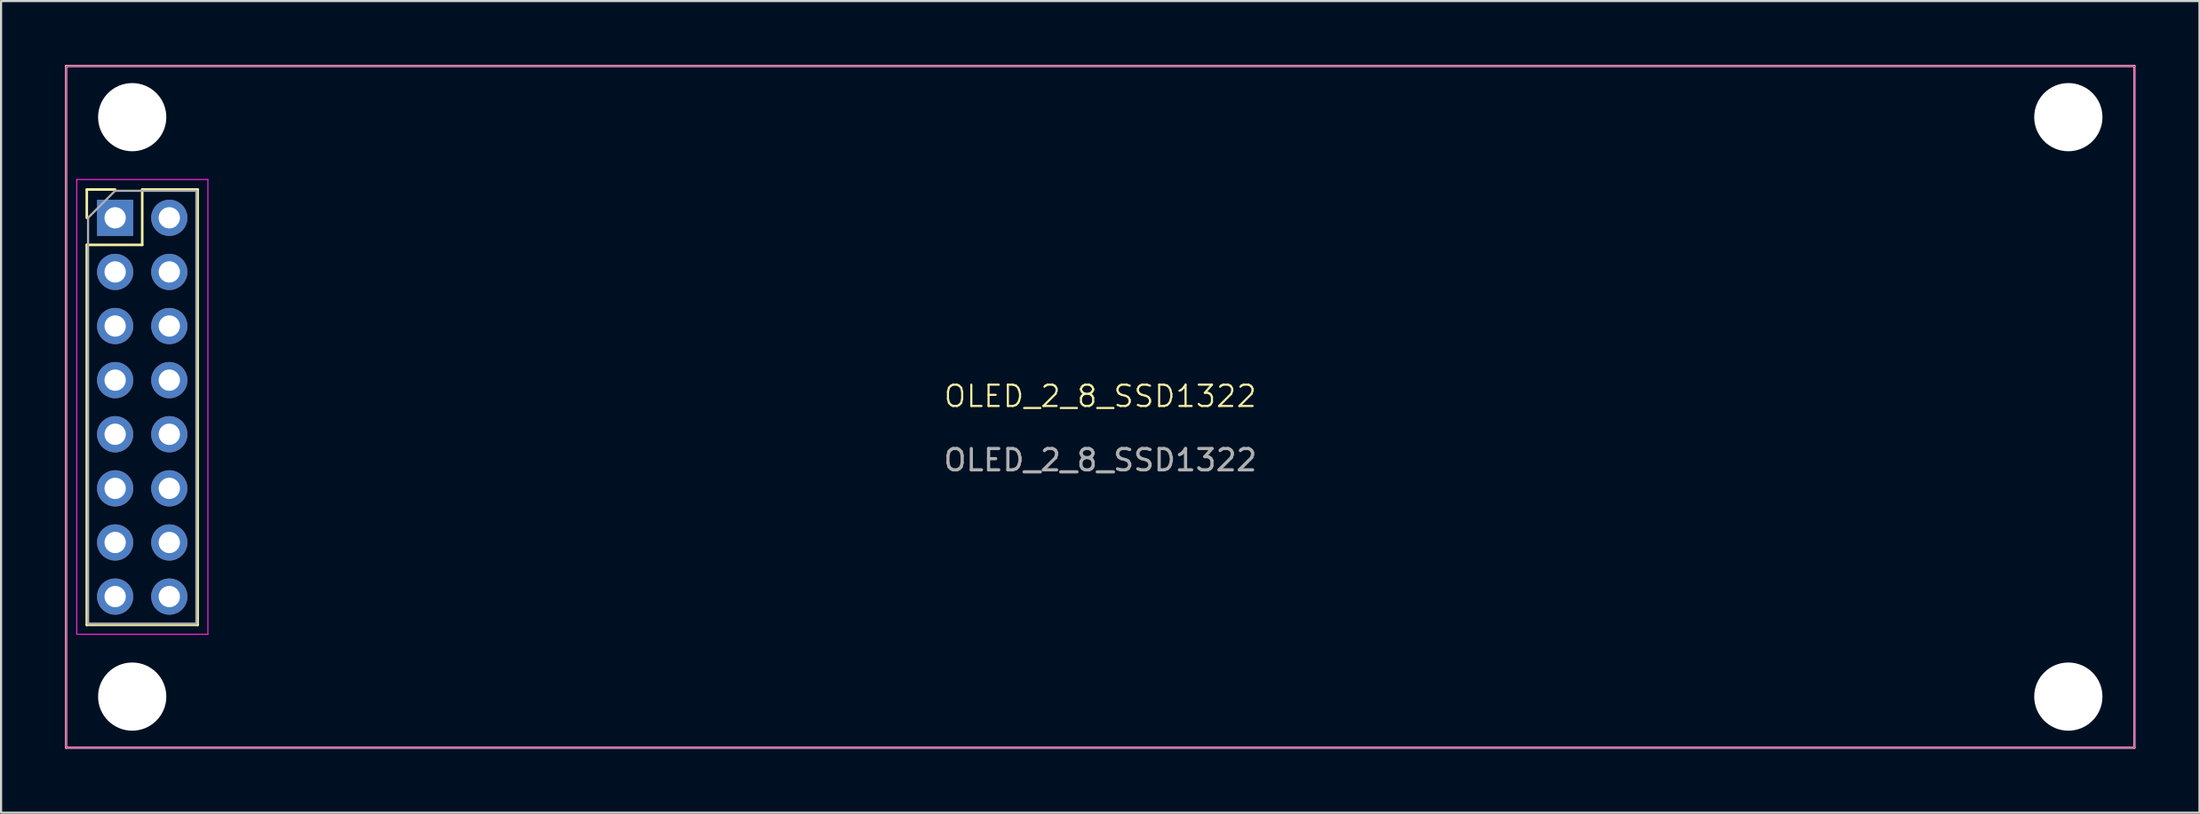
<source format=kicad_pcb>
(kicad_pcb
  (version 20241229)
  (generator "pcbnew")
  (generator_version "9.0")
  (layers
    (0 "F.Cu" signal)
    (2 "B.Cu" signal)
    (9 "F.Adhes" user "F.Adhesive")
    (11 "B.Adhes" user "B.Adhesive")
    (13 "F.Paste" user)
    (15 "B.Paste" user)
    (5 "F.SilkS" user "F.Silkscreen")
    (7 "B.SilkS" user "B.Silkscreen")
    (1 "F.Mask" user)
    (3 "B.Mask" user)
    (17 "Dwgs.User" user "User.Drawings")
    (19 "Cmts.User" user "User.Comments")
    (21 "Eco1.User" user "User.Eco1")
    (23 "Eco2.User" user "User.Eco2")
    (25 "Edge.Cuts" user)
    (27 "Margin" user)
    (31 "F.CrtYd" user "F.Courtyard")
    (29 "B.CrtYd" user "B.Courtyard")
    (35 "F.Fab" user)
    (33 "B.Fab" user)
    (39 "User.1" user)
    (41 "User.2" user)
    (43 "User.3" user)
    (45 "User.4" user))
  (footprint "OLED_2_8_SSD1322"
    (layer "F.Cu")
    (at 48.55 16.05)
    (property "Reference" "OLED_2_8_SSD1322" (at 0 -0.5 0) (unlocked yes) (layer "F.SilkS") (effects (font (size 1 1) (thickness 0.1))))
    (attr through_hole)
    (fp_line (start -48.5 -16) (end 48.5 -16) (stroke (width 0.1) (type default)) (layer "F.SilkS"))
    (fp_line (start -48.5 16) (end -48.5 -16) (stroke (width 0.1) (type default)) (layer "F.SilkS"))
    (fp_line (start -47.53 -10.205) (end -46.2 -10.205) (stroke (width 0.12) (type solid)) (layer "F.SilkS"))
    (fp_line (start -47.53 -8.875) (end -47.53 -10.205) (stroke (width 0.12) (type solid)) (layer "F.SilkS"))
    (fp_line (start -47.53 -7.605) (end -47.53 10.235) (stroke (width 0.12) (type solid)) (layer "F.SilkS"))
    (fp_line (start -47.53 -7.605) (end -44.93 -7.605) (stroke (width 0.12) (type solid)) (layer "F.SilkS"))
    (fp_line (start -47.53 10.235) (end -42.33 10.235) (stroke (width 0.12) (type solid)) (layer "F.SilkS"))
    (fp_line (start -44.93 -10.205) (end -42.33 -10.205) (stroke (width 0.12) (type solid)) (layer "F.SilkS"))
    (fp_line (start -44.93 -7.605) (end -44.93 -10.205) (stroke (width 0.12) (type solid)) (layer "F.SilkS"))
    (fp_line (start -42.33 -10.205) (end -42.33 10.235) (stroke (width 0.12) (type solid)) (layer "F.SilkS"))
    (fp_line (start 48.5 -16) (end 48.5 16) (stroke (width 0.1) (type default)) (layer "F.SilkS"))
    (fp_line (start 48.5 16) (end -48.5 16) (stroke (width 0.1) (type default)) (layer "F.SilkS"))
    (fp_line (start -48.5 -16) (end 48.5 -16) (stroke (width 0.05) (type default)) (layer "F.CrtYd"))
    (fp_line (start -48.5 16) (end -48.5 -16) (stroke (width 0.05) (type default)) (layer "F.CrtYd"))
    (fp_line (start -48 -10.675) (end -48 10.675) (stroke (width 0.05) (type solid)) (layer "F.CrtYd"))
    (fp_line (start -48 10.675) (end -41.85 10.675) (stroke (width 0.05) (type solid)) (layer "F.CrtYd"))
    (fp_line (start -41.85 -10.675) (end -48 -10.675) (stroke (width 0.05) (type solid)) (layer "F.CrtYd"))
    (fp_line (start -41.85 10.675) (end -41.85 -10.675) (stroke (width 0.05) (type solid)) (layer "F.CrtYd"))
    (fp_line (start 48.5 -16) (end 48.5 16) (stroke (width 0.05) (type default)) (layer "F.CrtYd"))
    (fp_line (start 48.5 16) (end -48.5 16) (stroke (width 0.05) (type default)) (layer "F.CrtYd"))
    (fp_line (start -47.47 -8.875) (end -46.2 -10.145) (stroke (width 0.1) (type solid)) (layer "F.Fab"))
    (fp_line (start -47.47 10.175) (end -47.47 -8.875) (stroke (width 0.1) (type solid)) (layer "F.Fab"))
    (fp_line (start -46.2 -10.145) (end -42.39 -10.145) (stroke (width 0.1) (type solid)) (layer "F.Fab"))
    (fp_line (start -42.39 -10.145) (end -42.39 10.175) (stroke (width 0.1) (type solid)) (layer "F.Fab"))
    (fp_line (start -42.39 10.175) (end -47.47 10.175) (stroke (width 0.1) (type solid)) (layer "F.Fab"))
    (fp_text user "${REFERENCE}" (at 0 2.5 0) (unlocked yes) (layer "F.Fab") (effects (font (size 1 1) (thickness 0.15))))
    (pad "" np_thru_hole circle (at -45.4 -13.6) (size 3.2 3.2) (drill 3.2) (layers "*.Cu" "*.Mask"))
    (pad "" np_thru_hole circle (at -45.4 13.6) (size 3.2 3.2) (drill 3.2) (layers "*.Cu" "*.Mask"))
    (pad "" np_thru_hole circle (at 45.4 -13.6) (size 3.2 3.2) (drill 3.2) (layers "*.Cu" "*.Mask"))
    (pad "" np_thru_hole circle (at 45.4 13.6) (size 3.2 3.2) (drill 3.2) (layers "*.Cu" "*.Mask"))
    (pad "1" thru_hole rect (at -46.2 -8.875) (size 1.7 1.7) (drill 1) (layers "*.Cu" "*.Mask"))
    (pad "2" thru_hole oval (at -43.66 -8.875) (size 1.7 1.7) (drill 1) (layers "*.Cu" "*.Mask"))
    (pad "3" thru_hole oval (at -46.2 -6.335) (size 1.7 1.7) (drill 1) (layers "*.Cu" "*.Mask"))
    (pad "4" thru_hole oval (at -43.66 -6.335) (size 1.7 1.7) (drill 1) (layers "*.Cu" "*.Mask"))
    (pad "5" thru_hole oval (at -46.2 -3.795) (size 1.7 1.7) (drill 1) (layers "*.Cu" "*.Mask"))
    (pad "6" thru_hole oval (at -43.66 -3.795) (size 1.7 1.7) (drill 1) (layers "*.Cu" "*.Mask"))
    (pad "7" thru_hole oval (at -46.2 -1.255) (size 1.7 1.7) (drill 1) (layers "*.Cu" "*.Mask"))
    (pad "8" thru_hole oval (at -43.66 -1.255) (size 1.7 1.7) (drill 1) (layers "*.Cu" "*.Mask"))
    (pad "9" thru_hole oval (at -46.2 1.285) (size 1.7 1.7) (drill 1) (layers "*.Cu" "*.Mask"))
    (pad "10" thru_hole oval (at -43.66 1.285) (size 1.7 1.7) (drill 1) (layers "*.Cu" "*.Mask"))
    (pad "11" thru_hole oval (at -46.2 3.825) (size 1.7 1.7) (drill 1) (layers "*.Cu" "*.Mask"))
    (pad "12" thru_hole oval (at -43.66 3.825) (size 1.7 1.7) (drill 1) (layers "*.Cu" "*.Mask"))
    (pad "13" thru_hole oval (at -46.2 6.365) (size 1.7 1.7) (drill 1) (layers "*.Cu" "*.Mask"))
    (pad "14" thru_hole oval (at -43.66 6.365) (size 1.7 1.7) (drill 1) (layers "*.Cu" "*.Mask"))
    (pad "15" thru_hole oval (at -46.2 8.905) (size 1.7 1.7) (drill 1) (layers "*.Cu" "*.Mask"))
    (pad "16" thru_hole oval (at -43.66 8.905) (size 1.7 1.7) (drill 1) (layers "*.Cu" "*.Mask")))
  (gr_rect
    (start -3 -3)
    (end 100.1 35.1)
    (stroke (width 0.1) (type default))
    (fill no)
    (layer "Edge.Cuts")))
</source>
